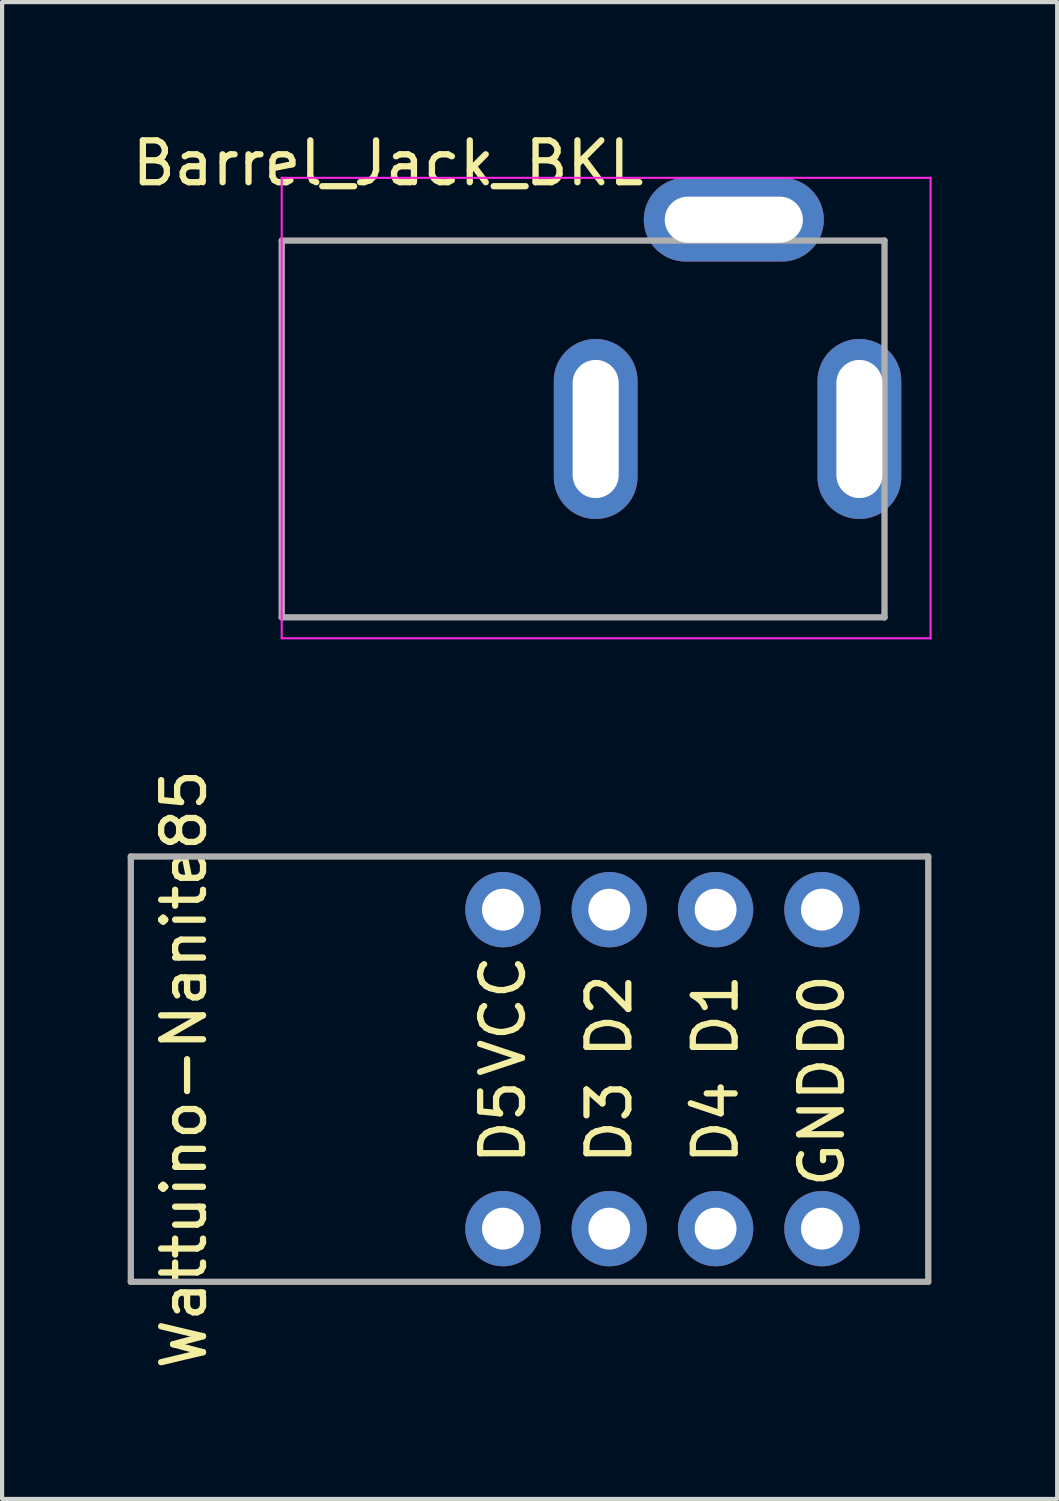
<source format=kicad_pcb>
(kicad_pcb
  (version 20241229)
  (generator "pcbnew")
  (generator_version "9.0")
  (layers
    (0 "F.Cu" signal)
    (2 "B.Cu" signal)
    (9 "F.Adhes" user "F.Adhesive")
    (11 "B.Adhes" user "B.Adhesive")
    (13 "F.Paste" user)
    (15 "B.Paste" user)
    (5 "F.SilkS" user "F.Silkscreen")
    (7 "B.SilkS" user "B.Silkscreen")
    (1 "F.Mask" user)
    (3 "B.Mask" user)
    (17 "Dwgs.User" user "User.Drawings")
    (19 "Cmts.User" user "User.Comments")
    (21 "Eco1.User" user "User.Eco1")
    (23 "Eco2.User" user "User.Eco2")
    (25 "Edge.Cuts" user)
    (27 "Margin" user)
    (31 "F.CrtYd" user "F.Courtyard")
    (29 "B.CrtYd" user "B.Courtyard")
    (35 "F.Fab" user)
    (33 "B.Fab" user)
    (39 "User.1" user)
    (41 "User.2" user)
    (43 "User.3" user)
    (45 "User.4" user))
  (footprint "Wattuino-Nanite85"
    (layer "F.Cu")
    (at 7.695 22.491)
    (property "Reference" "Wattuino-Nanite85" (at -6.35 0 90) (layer "F.SilkS") (effects (font (size 1 1) (thickness 0.15))))
    (attr through_hole)
    (fp_line (start -7.62 -5.08) (end 11.43 -5.08) (stroke (width 0.15) (type solid)) (layer "F.Fab"))
    (fp_line (start -7.62 5.08) (end -7.62 -5.08) (stroke (width 0.15) (type solid)) (layer "F.Fab"))
    (fp_line (start 11.43 -5.08) (end 11.43 5.08) (stroke (width 0.15) (type solid)) (layer "F.Fab"))
    (fp_line (start 11.43 5.08) (end -7.62 5.08) (stroke (width 0.15) (type solid)) (layer "F.Fab"))
    (fp_text user "D0" (at 8.89 -1.27 90) (layer "F.SilkS") (effects (font (size 1 1) (thickness 0.15))))
    (fp_text user "D5" (at 1.27 1.27 90) (layer "F.SilkS") (effects (font (size 1 1) (thickness 0.15))))
    (fp_text user "D3" (at 3.81 1.27 90) (layer "F.SilkS") (effects (font (size 1 1) (thickness 0.15))))
    (fp_text user "VCC" (at 1.27 -1.27 90) (layer "F.SilkS") (effects (font (size 1 1) (thickness 0.15))))
    (fp_text user "D2" (at 3.81 -1.27 90) (layer "F.SilkS") (effects (font (size 1 1) (thickness 0.15))))
    (fp_text user "D1" (at 6.35 -1.27 90) (layer "F.SilkS") (effects (font (size 1 1) (thickness 0.15))))
    (fp_text user "D4" (at 6.35 1.27 90) (layer "F.SilkS") (effects (font (size 1 1) (thickness 0.15))))
    (fp_text user "GND" (at 8.89 1.27 90) (layer "F.SilkS") (effects (font (size 1 1) (thickness 0.15))))
    (pad "1" thru_hole circle (at 1.27 -3.81) (size 1.8 1.8) (drill 1) (layers "*.Cu" "*.Mask"))
    (pad "2" thru_hole circle (at 3.81 -3.81) (size 1.8 1.8) (drill 1) (layers "*.Cu" "*.Mask"))
    (pad "3" thru_hole circle (at 6.35 -3.81) (size 1.8 1.8) (drill 1) (layers "*.Cu" "*.Mask"))
    (pad "4" thru_hole circle (at 8.89 -3.81) (size 1.8 1.8) (drill 1) (layers "*.Cu" "*.Mask"))
    (pad "5" thru_hole circle (at 8.89 3.81) (size 1.8 1.8) (drill 1) (layers "*.Cu" "*.Mask"))
    (pad "6" thru_hole circle (at 6.35 3.81) (size 1.8 1.8) (drill 1) (layers "*.Cu" "*.Mask"))
    (pad "7" thru_hole circle (at 3.81 3.81) (size 1.8 1.8) (drill 1) (layers "*.Cu" "*.Mask"))
    (pad "8" thru_hole circle (at 1.27 3.81) (size 1.8 1.8) (drill 1) (layers "*.Cu" "*.Mask")))
  (footprint "Barrel_Jack_BKL"
    (layer "F.Cu")
    (at 3.68 7.198)
    (property "Reference" "Barrel_Jack_BKL" (at 2.54 -6.35 0) (layer "F.SilkS") (effects (font (size 1 1) (thickness 0.15))))
    (attr through_hole)
    (fp_line (start 0 -6) (end 15.5 -6) (stroke (width 0.05) (type solid)) (layer "F.CrtYd"))
    (fp_line (start 0 5) (end 0 -6) (stroke (width 0.05) (type solid)) (layer "F.CrtYd"))
    (fp_line (start 15.5 -6) (end 15.5 5) (stroke (width 0.05) (type solid)) (layer "F.CrtYd"))
    (fp_line (start 15.5 5) (end 0 5) (stroke (width 0.05) (type solid)) (layer "F.CrtYd"))
    (fp_line (start 0 -4.5) (end 0 4.5) (stroke (width 0.15) (type solid)) (layer "F.Fab"))
    (fp_line (start 0 4.5) (end 14.4 4.5) (stroke (width 0.15) (type solid)) (layer "F.Fab"))
    (fp_line (start 14.4 -4.5) (end 0 -4.5) (stroke (width 0.15) (type solid)) (layer "F.Fab"))
    (fp_line (start 14.4 4.5) (end 14.4 -4.5) (stroke (width 0.15) (type solid)) (layer "F.Fab"))
    (pad "1" thru_hole oval (at 13.8 0) (size 2 4.3) (drill oval 1.1 3.3) (layers "*.Cu" "*.Mask"))
    (pad "2" thru_hole oval (at 7.5 0 180) (size 2 4.3) (drill oval 1.1 3.3) (layers "*.Cu" "*.Mask"))
    (pad "3" thru_hole oval (at 10.8 -5 90) (size 2 4.3) (drill oval 1.1 3.3) (layers "*.Cu" "*.Mask")))
  (gr_rect
    (start -3 -3)
    (end 22.205 32.759)
    (stroke (width 0.1) (type default))
    (fill no)
    (layer "Edge.Cuts")))
</source>
